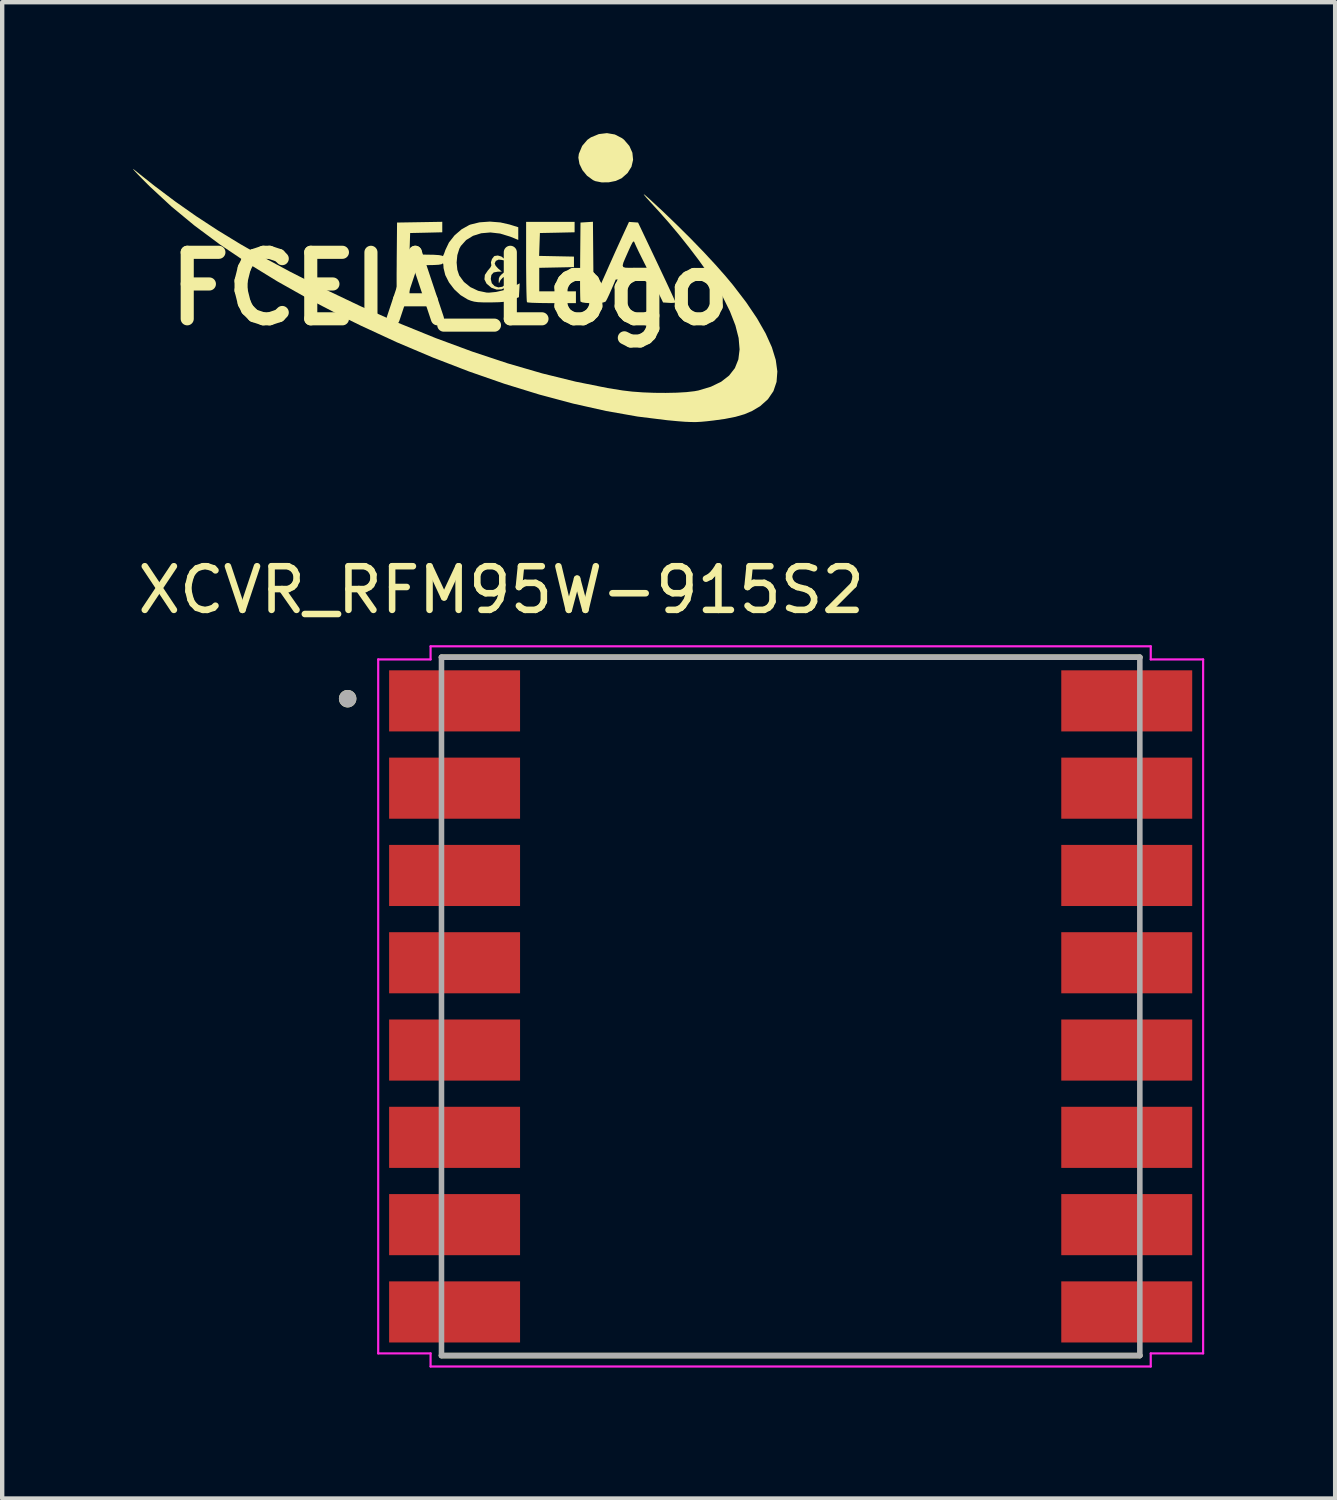
<source format=kicad_pcb>
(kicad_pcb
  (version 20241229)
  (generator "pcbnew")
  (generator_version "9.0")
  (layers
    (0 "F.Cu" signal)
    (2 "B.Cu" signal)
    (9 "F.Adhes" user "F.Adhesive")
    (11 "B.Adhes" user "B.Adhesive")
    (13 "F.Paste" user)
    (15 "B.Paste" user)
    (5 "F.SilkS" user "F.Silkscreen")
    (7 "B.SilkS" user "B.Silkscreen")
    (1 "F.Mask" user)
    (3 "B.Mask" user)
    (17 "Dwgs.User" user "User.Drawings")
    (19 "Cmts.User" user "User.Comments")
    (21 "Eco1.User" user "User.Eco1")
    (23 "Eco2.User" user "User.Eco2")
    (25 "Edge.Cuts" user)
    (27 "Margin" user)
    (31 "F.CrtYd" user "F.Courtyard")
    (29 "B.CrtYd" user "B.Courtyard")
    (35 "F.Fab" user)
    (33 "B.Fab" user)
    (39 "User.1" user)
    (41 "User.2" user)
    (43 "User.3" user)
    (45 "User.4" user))
  (footprint "FCEIA_Logo"
    (layer "F.Cu")
    (at 7.263 3.565)
    (property "Reference" "FCEIA_Logo" (at 0 0 0) (layer "F.SilkS") (effects (font (size 1.524 1.524) (thickness 0.3))))
    (attr board_only exclude_from_pos_files exclude_from_bom)
    (fp_poly (pts (xy 3.774 -3.534) (xy 3.938 -3.45) (xy 3.984 -3.414) (xy 4.107 -3.271) (xy 4.176 -3.115) (xy 4.192 -2.953) (xy 4.155 -2.795) (xy 4.065 -2.65) (xy 3.929 -2.531) (xy 3.796 -2.47) (xy 3.636 -2.438) (xy 3.472 -2.436) (xy 3.326 -2.465) (xy 3.273 -2.489) (xy 3.137 -2.588) (xy 3.032 -2.716) (xy 2.963 -2.858) (xy 2.938 -3.002) (xy 2.949 -3.09) (xy 3.025 -3.272) (xy 3.144 -3.411) (xy 3.225 -3.468) (xy 3.407 -3.543) (xy 3.593 -3.565)) (stroke (width 0) (type solid)) (fill yes) (layer "F.SilkS"))
    (fp_poly (pts (xy 2.852 -1.293) (xy 2.454 -1.284) (xy 2.057 -1.276) (xy 2.048 -1.014) (xy 2.039 -0.752) (xy 2.438 -0.744) (xy 2.837 -0.736) (xy 2.837 -0.495) (xy 2.439 -0.487) (xy 2.042 -0.479) (xy 2.042 0.06) (xy 2.882 0.06) (xy 2.882 0.33) (xy 2.332 0.33) (xy 2.156 0.329) (xy 2.001 0.326) (xy 1.877 0.322) (xy 1.794 0.316) (xy 1.761 0.31) (xy 1.756 0.276) (xy 1.752 0.19) (xy 1.748 0.058) (xy 1.745 -0.111) (xy 1.743 -0.31) (xy 1.741 -0.531) (xy 1.741 -0.62) (xy 1.741 -1.531) (xy 2.852 -1.531)) (stroke (width 0) (type solid)) (fill yes) (layer "F.SilkS"))
    (fp_poly (pts (xy 1.174 -0.738) (xy 1.234 -0.69) (xy 1.243 -0.673) (xy 1.241 -0.648) (xy 1.198 -0.656) (xy 1.19 -0.659) (xy 1.111 -0.667) (xy 1.048 -0.638) (xy 1.021 -0.58) (xy 1.021 -0.578) (xy 1.043 -0.526) (xy 1.096 -0.467) (xy 1.103 -0.46) (xy 1.186 -0.392) (xy 1.094 -0.391) (xy 0.998 -0.373) (xy 0.945 -0.315) (xy 0.931 -0.224) (xy 0.955 -0.126) (xy 1.019 -0.059) (xy 1.105 -0.03) (xy 1.197 -0.046) (xy 1.261 -0.09) (xy 1.308 -0.161) (xy 1.321 -0.234) (xy 1.302 -0.279) (xy 1.262 -0.283) (xy 1.206 -0.253) (xy 1.157 -0.2) (xy 1.141 -0.171) (xy 1.121 -0.127) (xy 1.115 -0.138) (xy 1.113 -0.18) (xy 1.117 -0.238) (xy 1.137 -0.284) (xy 1.183 -0.333) (xy 1.268 -0.398) (xy 1.289 -0.414) (xy 1.358 -0.469) (xy 1.383 -0.503) (xy 1.372 -0.51) (xy 1.33 -0.53) (xy 1.325 -0.572) (xy 1.36 -0.609) (xy 1.366 -0.611) (xy 1.417 -0.61) (xy 1.443 -0.568) (xy 1.439 -0.499) (xy 1.404 -0.418) (xy 1.355 -0.295) (xy 1.348 -0.209) (xy 1.329 -0.106) (xy 1.268 -0.029) (xy 1.176 0.015) (xy 1.067 0.02) (xy 0.953 -0.019) (xy 0.94 -0.027) (xy 0.834 -0.117) (xy 0.786 -0.215) (xy 0.796 -0.317) (xy 0.866 -0.42) (xy 0.871 -0.425) (xy 0.923 -0.487) (xy 0.945 -0.534) (xy 0.943 -0.545) (xy 0.935 -0.606) (xy 0.959 -0.681) (xy 1.005 -0.741) (xy 1.019 -0.75) (xy 1.093 -0.761)) (stroke (width 0) (type solid)) (fill yes) (layer "F.SilkS"))
    (fp_poly (pts (xy 3.288 0.255) (xy 3.351 0.12) (xy 3.386 0.046) (xy 3.438 -0.07) (xy 3.503 -0.215) (xy 3.575 -0.376) (xy 3.614 -0.465) (xy 3.644 -0.533) (xy 3.953 -0.533) (xy 3.967 -0.497) (xy 4.014 -0.482) (xy 4.098 -0.479) (xy 4.217 -0.48) (xy 4.504 -0.48) (xy 4.382 -0.724) (xy 4.323 -0.843) (xy 4.272 -0.95) (xy 4.237 -1.027) (xy 4.23 -1.045) (xy 4.215 -1.077) (xy 4.198 -1.083) (xy 4.176 -1.055) (xy 4.141 -0.987) (xy 4.088 -0.871) (xy 4.082 -0.857) (xy 4.014 -0.704) (xy 3.97 -0.6) (xy 3.953 -0.533) (xy 3.644 -0.533) (xy 3.696 -0.649) (xy 3.782 -0.842) (xy 3.866 -1.026) (xy 3.937 -1.182) (xy 3.956 -1.223) (xy 4.098 -1.531) (xy 4.306 -1.516) (xy 4.734 -0.615) (xy 4.836 -0.399) (xy 4.93 -0.2) (xy 5.012 -0.025) (xy 5.079 0.12) (xy 5.128 0.228) (xy 5.157 0.293) (xy 5.163 0.309) (xy 5.137 0.322) (xy 5.069 0.326) (xy 5.021 0.324) (xy 4.879 0.315) (xy 4.626 -0.21) (xy 3.794 -0.21) (xy 3.693 0.023) (xy 3.644 0.134) (xy 3.6 0.227) (xy 3.57 0.284) (xy 3.564 0.293) (xy 3.521 0.312) (xy 3.437 0.325) (xy 3.33 0.331) (xy 3.214 0.331) (xy 3.107 0.325) (xy 3.026 0.313) (xy 2.987 0.294) (xy 2.986 0.292) (xy 2.983 0.254) (xy 2.98 0.163) (xy 2.978 0.028) (xy 2.977 -0.144) (xy 2.978 -0.345) (xy 2.979 -0.566) (xy 2.979 -0.631) (xy 2.987 -1.516) (xy 3.13 -1.525) (xy 3.272 -1.534)) (stroke (width 0) (type solid)) (fill yes) (layer "F.SilkS"))
    (fp_poly (pts (xy 1.151 -1.519) (xy 1.359 -1.472) (xy 1.561 -1.409) (xy 1.561 -1.118) (xy 1.374 -1.194) (xy 1.145 -1.264) (xy 0.922 -1.289) (xy 0.713 -1.271) (xy 0.525 -1.212) (xy 0.367 -1.115) (xy 0.246 -0.98) (xy 0.212 -0.919) (xy 0.165 -0.77) (xy 0.149 -0.6) (xy 0.165 -0.434) (xy 0.208 -0.304) (xy 0.316 -0.156) (xy 0.465 -0.036) (xy 0.643 0.048) (xy 0.835 0.088) (xy 0.89 0.09) (xy 1.053 0.074) (xy 1.235 0.032) (xy 1.406 -0.029) (xy 1.45 -0.05) (xy 1.594 -0.123) (xy 1.585 0.035) (xy 1.576 0.194) (xy 1.426 0.253) (xy 1.342 0.281) (xy 1.246 0.299) (xy 1.125 0.309) (xy 0.962 0.313) (xy 0.916 0.314) (xy 0.755 0.313) (xy 0.638 0.308) (xy 0.551 0.296) (xy 0.477 0.276) (xy 0.401 0.246) (xy 0.399 0.244) (xy 0.239 0.147) (xy 0.094 0.013) (xy -0.026 -0.144) (xy -0.111 -0.312) (xy -0.151 -0.475) (xy -0.152 -0.505) (xy -0.157 -0.566) (xy -0.167 -0.583) (xy -0.17 -0.578) (xy -0.197 -0.561) (xy -0.265 -0.549) (xy -0.38 -0.543) (xy -0.549 -0.54) (xy -0.558 -0.54) (xy -0.931 -0.54) (xy -0.931 0.33) (xy -1.067 0.33) (xy -1.159 0.322) (xy -1.212 0.3) (xy -1.217 0.292) (xy -1.221 0.254) (xy -1.223 0.163) (xy -1.225 0.028) (xy -1.226 -0.144) (xy -1.226 -0.345) (xy -1.224 -0.566) (xy -1.224 -0.631) (xy -1.216 -1.516) (xy -0.18 -1.533) (xy -0.18 -1.293) (xy -0.548 -1.284) (xy -0.916 -1.276) (xy -0.924 -1.028) (xy -0.933 -0.781) (xy -0.559 -0.781) (xy -0.378 -0.778) (xy -0.253 -0.77) (xy -0.186 -0.757) (xy -0.174 -0.747) (xy -0.16 -0.755) (xy -0.136 -0.809) (xy -0.109 -0.887) (xy -0.027 -1.059) (xy 0.101 -1.222) (xy 0.261 -1.36) (xy 0.437 -1.459) (xy 0.465 -1.47) (xy 0.673 -1.521) (xy 0.909 -1.538)) (stroke (width 0) (type solid)) (fill yes) (layer "F.SilkS"))
    (fp_poly (pts (xy -7.241 -2.728) (xy -6.768 -2.352) (xy -6.297 -1.998) (xy -5.819 -1.662) (xy -5.325 -1.339) (xy -4.808 -1.023) (xy -4.259 -0.709) (xy -3.67 -0.392) (xy -3.031 -0.067) (xy -2.927 -0.016) (xy -2.052 0.401) (xy -1.185 0.784) (xy -0.331 1.131) (xy 0.506 1.44) (xy 1.322 1.711) (xy 2.114 1.941) (xy 2.876 2.129) (xy 3.604 2.275) (xy 3.952 2.331) (xy 4.171 2.357) (xy 4.418 2.375) (xy 4.678 2.385) (xy 4.94 2.387) (xy 5.189 2.382) (xy 5.413 2.369) (xy 5.598 2.348) (xy 5.689 2.331) (xy 5.975 2.245) (xy 6.21 2.131) (xy 6.392 1.989) (xy 6.524 1.819) (xy 6.604 1.619) (xy 6.632 1.39) (xy 6.61 1.13) (xy 6.536 0.84) (xy 6.411 0.519) (xy 6.236 0.166) (xy 6.178 0.062) (xy 6.046 -0.153) (xy 5.879 -0.4) (xy 5.685 -0.67) (xy 5.471 -0.951) (xy 5.245 -1.235) (xy 5.014 -1.51) (xy 4.787 -1.767) (xy 4.72 -1.84) (xy 4.587 -1.985) (xy 4.495 -2.087) (xy 4.445 -2.148) (xy 4.435 -2.167) (xy 4.466 -2.145) (xy 4.538 -2.082) (xy 4.549 -2.073) (xy 4.874 -1.772) (xy 5.197 -1.461) (xy 5.512 -1.148) (xy 5.809 -0.841) (xy 6.081 -0.548) (xy 6.319 -0.278) (xy 6.476 -0.09) (xy 6.781 0.308) (xy 7.031 0.678) (xy 7.228 1.023) (xy 7.371 1.34) (xy 7.461 1.632) (xy 7.497 1.896) (xy 7.479 2.135) (xy 7.407 2.347) (xy 7.281 2.532) (xy 7.102 2.692) (xy 6.918 2.801) (xy 6.745 2.875) (xy 6.538 2.935) (xy 6.289 2.984) (xy 6.035 3.019) (xy 5.879 3.037) (xy 5.749 3.049) (xy 5.632 3.055) (xy 5.512 3.054) (xy 5.376 3.048) (xy 5.209 3.035) (xy 4.998 3.015) (xy 4.984 3.014) (xy 4.296 2.929) (xy 3.573 2.801) (xy 2.819 2.632) (xy 2.041 2.424) (xy 1.243 2.178) (xy 0.43 1.895) (xy -0.392 1.578) (xy -1.219 1.228) (xy -2.045 0.846) (xy -2.432 0.656) (xy -3.226 0.244) (xy -3.963 -0.171) (xy -4.645 -0.59) (xy -5.274 -1.013) (xy -5.854 -1.444) (xy -6.386 -1.884) (xy -6.872 -2.334) (xy -6.935 -2.396) (xy -7.06 -2.522) (xy -7.159 -2.623) (xy -7.228 -2.697) (xy -7.263 -2.738) (xy -7.262 -2.744)) (stroke (width 0) (type solid)) (fill yes) (layer "F.SilkS")))
  (footprint "XCVR_RFM95W-915S2"
    (layer "F.Cu")
    (at 15.065 20.008)
    (property "Reference" "XCVR_RFM95W-915S2" (at -6.631 -9.54 0) (layer "F.SilkS") (effects (font (size 1 1) (thickness 0.15))))
    (attr through_hole)
    (fp_line (start -8 -8) (end 8 -8) (stroke (width 0.127) (type solid)) (layer "F.SilkS"))
    (fp_line (start -8 8) (end 8 8) (stroke (width 0.127) (type solid)) (layer "F.SilkS"))
    (fp_circle (center -10.15 -7.05) (end -10.05 -7.05) (stroke (width 0.2) (type solid)) (fill no) (layer "F.SilkS"))
    (fp_line (start -9.45 -7.95) (end -8.25 -7.95) (stroke (width 0.05) (type solid)) (layer "F.CrtYd"))
    (fp_line (start -9.45 7.95) (end -9.45 -7.95) (stroke (width 0.05) (type solid)) (layer "F.CrtYd"))
    (fp_line (start -8.25 -8.25) (end 8.25 -8.25) (stroke (width 0.05) (type solid)) (layer "F.CrtYd"))
    (fp_line (start -8.25 -7.95) (end -8.25 -8.25) (stroke (width 0.05) (type solid)) (layer "F.CrtYd"))
    (fp_line (start -8.25 7.95) (end -9.45 7.95) (stroke (width 0.05) (type solid)) (layer "F.CrtYd"))
    (fp_line (start -8.25 8.25) (end -8.25 7.95) (stroke (width 0.05) (type solid)) (layer "F.CrtYd"))
    (fp_line (start 8.25 -8.25) (end 8.25 -7.95) (stroke (width 0.05) (type solid)) (layer "F.CrtYd"))
    (fp_line (start 8.25 -7.95) (end 9.45 -7.95) (stroke (width 0.05) (type solid)) (layer "F.CrtYd"))
    (fp_line (start 8.25 7.95) (end 8.25 8.25) (stroke (width 0.05) (type solid)) (layer "F.CrtYd"))
    (fp_line (start 8.25 8.25) (end -8.25 8.25) (stroke (width 0.05) (type solid)) (layer "F.CrtYd"))
    (fp_line (start 9.45 -7.95) (end 9.45 7.95) (stroke (width 0.05) (type solid)) (layer "F.CrtYd"))
    (fp_line (start 9.45 7.95) (end 8.25 7.95) (stroke (width 0.05) (type solid)) (layer "F.CrtYd"))
    (fp_line (start -8 -8) (end 8 -8) (stroke (width 0.127) (type solid)) (layer "F.Fab"))
    (fp_line (start -8 8) (end -8 -8) (stroke (width 0.127) (type solid)) (layer "F.Fab"))
    (fp_line (start 8 -8) (end 8 8) (stroke (width 0.127) (type solid)) (layer "F.Fab"))
    (fp_line (start 8 8) (end -8 8) (stroke (width 0.127) (type solid)) (layer "F.Fab"))
    (fp_circle (center -10.15 -7.05) (end -10.05 -7.05) (stroke (width 0.2) (type solid)) (fill no) (layer "F.Fab"))
    (pad "1" smd rect (at -7.7 -7) (size 3 1.4) (layers "F.Cu" "F.Mask" "F.Paste"))
    (pad "2" smd rect (at -7.7 -5) (size 3 1.4) (layers "F.Cu" "F.Mask" "F.Paste"))
    (pad "3" smd rect (at -7.7 -3) (size 3 1.4) (layers "F.Cu" "F.Mask" "F.Paste"))
    (pad "4" smd rect (at -7.7 -1) (size 3 1.4) (layers "F.Cu" "F.Mask" "F.Paste"))
    (pad "5" smd rect (at -7.7 1) (size 3 1.4) (layers "F.Cu" "F.Mask" "F.Paste"))
    (pad "6" smd rect (at -7.7 3) (size 3 1.4) (layers "F.Cu" "F.Mask" "F.Paste"))
    (pad "7" smd rect (at -7.7 5) (size 3 1.4) (layers "F.Cu" "F.Mask" "F.Paste"))
    (pad "8" smd rect (at -7.7 7) (size 3 1.4) (layers "F.Cu" "F.Mask" "F.Paste"))
    (pad "9" smd rect (at 7.7 7) (size 3 1.4) (layers "F.Cu" "F.Mask" "F.Paste"))
    (pad "10" smd rect (at 7.7 5) (size 3 1.4) (layers "F.Cu" "F.Mask" "F.Paste"))
    (pad "11" smd rect (at 7.7 3) (size 3 1.4) (layers "F.Cu" "F.Mask" "F.Paste"))
    (pad "12" smd rect (at 7.7 1) (size 3 1.4) (layers "F.Cu" "F.Mask" "F.Paste"))
    (pad "13" smd rect (at 7.7 -1) (size 3 1.4) (layers "F.Cu" "F.Mask" "F.Paste"))
    (pad "14" smd rect (at 7.7 -3) (size 3 1.4) (layers "F.Cu" "F.Mask" "F.Paste"))
    (pad "15" smd rect (at 7.7 -5) (size 3 1.4) (layers "F.Cu" "F.Mask" "F.Paste"))
    (pad "16" smd rect (at 7.7 -7) (size 3 1.4) (layers "F.Cu" "F.Mask" "F.Paste")))
  (gr_rect
    (start -3 -3)
    (end 27.54 31.283)
    (stroke (width 0.1) (type default))
    (fill no)
    (layer "Edge.Cuts")))
</source>
